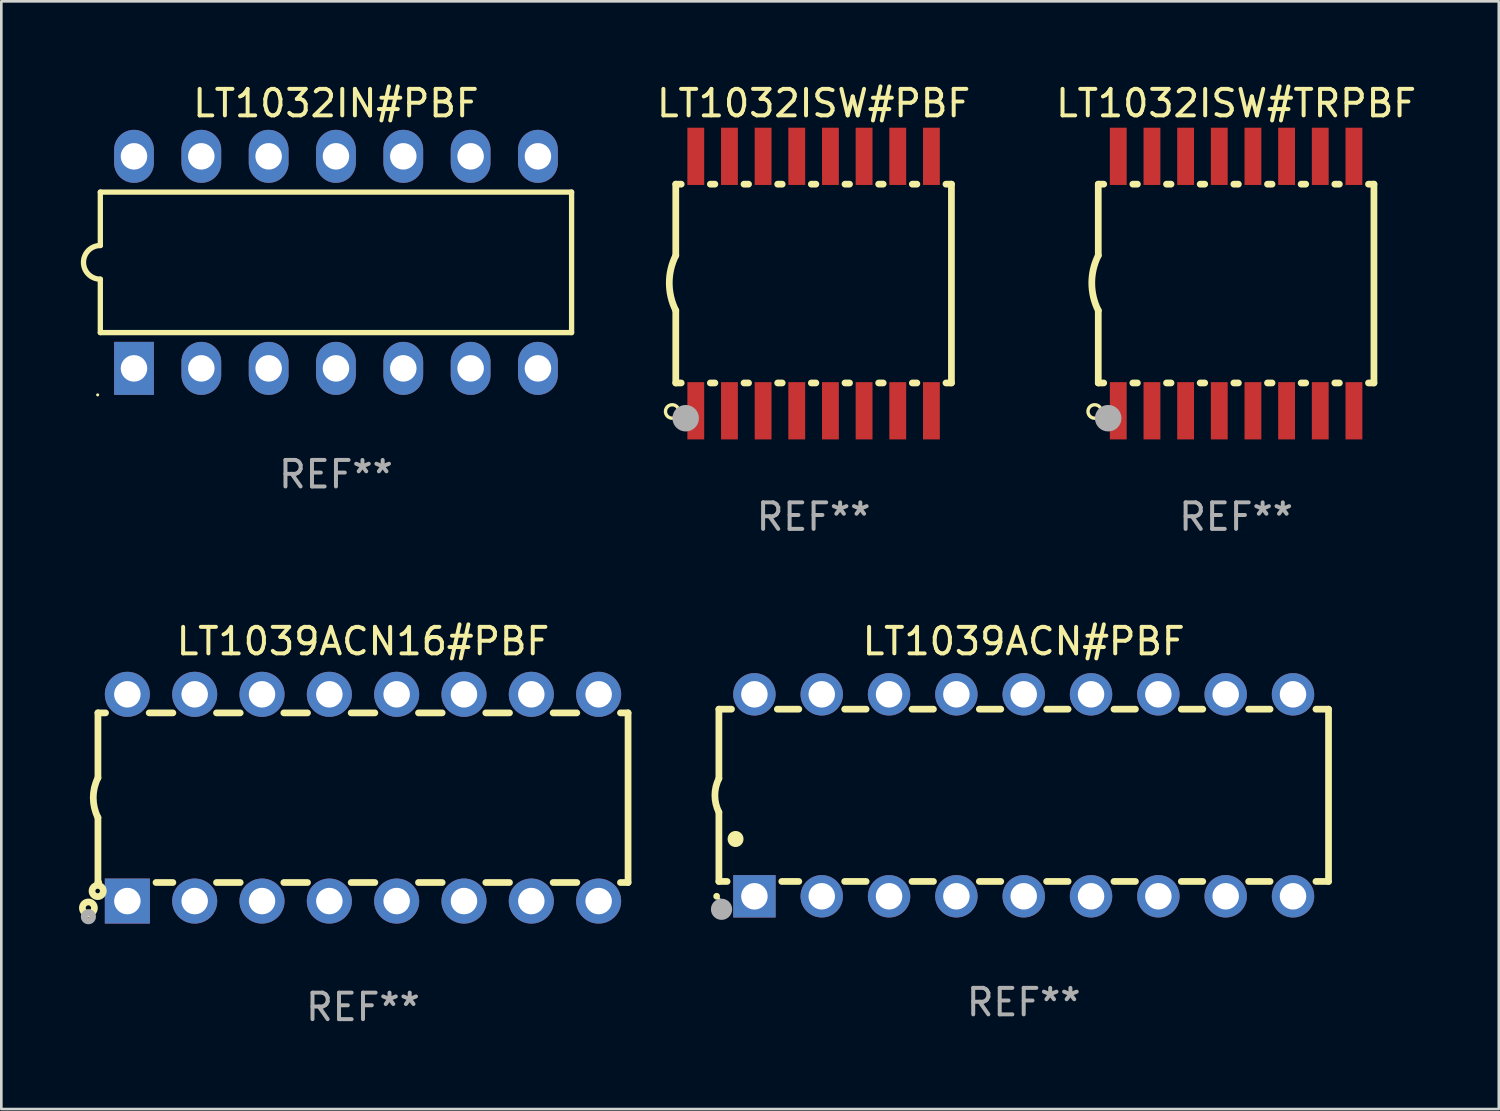
<source format=kicad_pcb>
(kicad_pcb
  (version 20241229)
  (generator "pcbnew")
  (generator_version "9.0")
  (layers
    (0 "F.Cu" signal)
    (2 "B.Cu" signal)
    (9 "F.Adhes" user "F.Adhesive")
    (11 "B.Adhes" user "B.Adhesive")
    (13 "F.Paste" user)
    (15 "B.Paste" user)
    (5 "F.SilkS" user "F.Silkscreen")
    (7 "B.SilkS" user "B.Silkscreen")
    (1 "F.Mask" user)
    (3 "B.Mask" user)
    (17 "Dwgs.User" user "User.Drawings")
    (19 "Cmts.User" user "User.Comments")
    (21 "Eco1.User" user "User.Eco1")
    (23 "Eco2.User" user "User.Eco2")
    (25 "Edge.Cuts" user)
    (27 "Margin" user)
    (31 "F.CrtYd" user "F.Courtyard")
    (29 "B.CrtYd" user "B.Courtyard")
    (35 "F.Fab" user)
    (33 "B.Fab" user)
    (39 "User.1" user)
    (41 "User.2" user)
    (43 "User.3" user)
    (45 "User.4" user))
  (footprint "LT1032IN#PBF"
    (layer "F.Cu")
    (at 9.625 6.848)
    (property "Reference" "LT1032IN#PBF" (at 0 -6 0) (layer "F.SilkS") (effects (font (size 1 1) (thickness 0.15))))
    (attr through_hole)
    (fp_line (start -8.89 -2.65) (end -8.89 -0.635) (stroke (width 0.2) (type solid)) (layer "F.SilkS"))
    (fp_line (start -8.89 0.635) (end -8.89 2.65) (stroke (width 0.2) (type solid)) (layer "F.SilkS"))
    (fp_line (start -8.89 2.65) (end 8.89 2.65) (stroke (width 0.2) (type solid)) (layer "F.SilkS"))
    (fp_line (start 8.89 -2.65) (end -8.89 -2.65) (stroke (width 0.2) (type solid)) (layer "F.SilkS"))
    (fp_line (start 8.89 2.65) (end 8.89 -2.65) (stroke (width 0.2) (type solid)) (layer "F.SilkS"))
    (fp_arc (start -8.890018 0.635001) (mid -9.525019 0) (end -8.890018 -0.635001) (stroke (width 0.2) (type solid)) (layer "F.SilkS"))
    (fp_circle (center -8.99 5) (end -8.96 5) (stroke (width 0.06) (type solid)) (fill no) (layer "F.SilkS"))
    (fp_text user "REF**" (at 0 8 0) (layer "F.Fab") (effects (font (size 1 1) (thickness 0.15))))
    (pad "1" thru_hole rect (at -7.62 4 90) (size 2 1.5) (drill 1) (layers "*.Cu" "*.Mask"))
    (pad "2" thru_hole oval (at -5.08 4 90) (size 2 1.5) (drill 1) (layers "*.Cu" "*.Mask"))
    (pad "3" thru_hole oval (at -2.54 4 90) (size 2 1.5) (drill 1) (layers "*.Cu" "*.Mask"))
    (pad "4" thru_hole oval (at 0 4 90) (size 2 1.5) (drill 1) (layers "*.Cu" "*.Mask"))
    (pad "5" thru_hole oval (at 2.54 4 90) (size 2 1.5) (drill 1) (layers "*.Cu" "*.Mask"))
    (pad "6" thru_hole oval (at 5.08 4 90) (size 2 1.5) (drill 1) (layers "*.Cu" "*.Mask"))
    (pad "7" thru_hole oval (at 7.62 4 90) (size 2 1.5) (drill 1) (layers "*.Cu" "*.Mask"))
    (pad "8" thru_hole oval (at 7.62 -4 90) (size 2 1.5) (drill 1) (layers "*.Cu" "*.Mask"))
    (pad "9" thru_hole oval (at 5.08 -4 90) (size 2 1.5) (drill 1) (layers "*.Cu" "*.Mask"))
    (pad "10" thru_hole oval (at 2.54 -4 90) (size 2 1.5) (drill 1) (layers "*.Cu" "*.Mask"))
    (pad "11" thru_hole oval (at 0 -4 90) (size 2 1.5) (drill 1) (layers "*.Cu" "*.Mask"))
    (pad "12" thru_hole oval (at -2.54 -4 90) (size 2 1.5) (drill 1) (layers "*.Cu" "*.Mask"))
    (pad "13" thru_hole oval (at -5.08 -4 90) (size 2 1.5) (drill 1) (layers "*.Cu" "*.Mask"))
    (pad "14" thru_hole oval (at -7.62 -4 90) (size 2 1.5) (drill 1) (layers "*.Cu" "*.Mask")))
  (footprint "LT1039ACN16#PBF"
    (layer "F.Cu")
    (at 10.645 27.045)
    (property "Reference" "LT1039ACN16#PBF" (at 0 -5.9 0) (layer "F.SilkS") (effects (font (size 1 1) (thickness 0.15))))
    (attr through_hole)
    (fp_line (start -10 -3.2) (end -10 -0.75) (stroke (width 0.254) (type solid)) (layer "F.SilkS"))
    (fp_line (start -10 -3.2) (end -9.713 -3.2) (stroke (width 0.254) (type solid)) (layer "F.SilkS"))
    (fp_line (start -10 3.2) (end -10 0.75) (stroke (width 0.254) (type solid)) (layer "F.SilkS"))
    (fp_line (start -10 3.2) (end -9.971 3.2) (stroke (width 0.254) (type solid)) (layer "F.SilkS"))
    (fp_line (start -8.067 -3.2) (end -7.173 -3.2) (stroke (width 0.254) (type solid)) (layer "F.SilkS"))
    (fp_line (start -7.809 3.2) (end -7.173 3.2) (stroke (width 0.254) (type solid)) (layer "F.SilkS"))
    (fp_line (start -5.527 3.2) (end -4.633 3.2) (stroke (width 0.254) (type solid)) (layer "F.SilkS"))
    (fp_line (start -5.527 -3.2) (end -4.633 -3.2) (stroke (width 0.254) (type solid)) (layer "F.SilkS"))
    (fp_line (start -2.987 3.2) (end -2.093 3.2) (stroke (width 0.254) (type solid)) (layer "F.SilkS"))
    (fp_line (start -2.987 -3.2) (end -2.093 -3.2) (stroke (width 0.254) (type solid)) (layer "F.SilkS"))
    (fp_line (start -0.447 3.2) (end 0.447 3.2) (stroke (width 0.254) (type solid)) (layer "F.SilkS"))
    (fp_line (start -0.447 -3.2) (end 0.447 -3.2) (stroke (width 0.254) (type solid)) (layer "F.SilkS"))
    (fp_line (start 2.093 3.2) (end 2.987 3.2) (stroke (width 0.254) (type solid)) (layer "F.SilkS"))
    (fp_line (start 2.093 -3.2) (end 2.987 -3.2) (stroke (width 0.254) (type solid)) (layer "F.SilkS"))
    (fp_line (start 4.633 3.2) (end 5.527 3.2) (stroke (width 0.254) (type solid)) (layer "F.SilkS"))
    (fp_line (start 4.633 -3.2) (end 5.527 -3.2) (stroke (width 0.254) (type solid)) (layer "F.SilkS"))
    (fp_line (start 7.173 3.2) (end 8.067 3.2) (stroke (width 0.254) (type solid)) (layer "F.SilkS"))
    (fp_line (start 7.173 -3.2) (end 8.067 -3.2) (stroke (width 0.254) (type solid)) (layer "F.SilkS"))
    (fp_line (start 9.713 3.2) (end 10 3.2) (stroke (width 0.254) (type solid)) (layer "F.SilkS"))
    (fp_line (start 9.713 -3.2) (end 10 -3.2) (stroke (width 0.254) (type solid)) (layer "F.SilkS"))
    (fp_line (start 10 -3.2) (end 10 3.2) (stroke (width 0.254) (type solid)) (layer "F.SilkS"))
    (fp_arc (start -10 0.748793) (mid -10.176918 -0.000607) (end -10.000025 -0.750013) (stroke (width 0.254001) (type solid)) (layer "F.SilkS"))
    (fp_circle (center -10.36 4.16) (end -10.26 4.16) (stroke (width 0.254) (type solid)) (fill no) (layer "F.SilkS"))
    (fp_circle (center -10.01 3.52) (end -9.924 3.52) (stroke (width 0.254) (type solid)) (fill no) (layer "F.SilkS"))
    (fp_circle (center -10.36 4.49) (end -10.202 4.49) (stroke (width 0.254) (type solid)) (fill no) (layer "F.Fab"))
    (fp_text user "REF**" (at 0 7.9 0) (layer "F.Fab") (effects (font (size 1 1) (thickness 0.15))))
    (pad "1" thru_hole rect (at -8.89 3.9 90) (size 1.7 1.7) (drill 1) (layers "*.Cu" "*.Mask"))
    (pad "2" thru_hole circle (at -6.35 3.9) (size 1.7 1.7) (drill 1) (layers "*.Cu" "*.Mask"))
    (pad "3" thru_hole circle (at -3.81 3.9) (size 1.7 1.7) (drill 1) (layers "*.Cu" "*.Mask"))
    (pad "4" thru_hole circle (at -1.27 3.9) (size 1.7 1.7) (drill 1) (layers "*.Cu" "*.Mask"))
    (pad "5" thru_hole circle (at 1.27 3.9) (size 1.7 1.7) (drill 1) (layers "*.Cu" "*.Mask"))
    (pad "6" thru_hole circle (at 3.81 3.9) (size 1.7 1.7) (drill 1) (layers "*.Cu" "*.Mask"))
    (pad "7" thru_hole circle (at 6.35 3.9) (size 1.7 1.7) (drill 1) (layers "*.Cu" "*.Mask"))
    (pad "8" thru_hole circle (at 8.89 3.9) (size 1.7 1.7) (drill 1) (layers "*.Cu" "*.Mask"))
    (pad "9" thru_hole circle (at 8.89 -3.9) (size 1.7 1.7) (drill 1) (layers "*.Cu" "*.Mask"))
    (pad "10" thru_hole circle (at 6.35 -3.9) (size 1.7 1.7) (drill 1) (layers "*.Cu" "*.Mask"))
    (pad "11" thru_hole circle (at 3.81 -3.9) (size 1.7 1.7) (drill 1) (layers "*.Cu" "*.Mask"))
    (pad "12" thru_hole circle (at 1.27 -3.9) (size 1.7 1.7) (drill 1) (layers "*.Cu" "*.Mask"))
    (pad "13" thru_hole circle (at -1.27 -3.9) (size 1.7 1.7) (drill 1) (layers "*.Cu" "*.Mask"))
    (pad "14" thru_hole circle (at -3.81 -3.9) (size 1.7 1.7) (drill 1) (layers "*.Cu" "*.Mask"))
    (pad "15" thru_hole circle (at -6.35 -3.9) (size 1.7 1.7) (drill 1) (layers "*.Cu" "*.Mask"))
    (pad "16" thru_hole circle (at -8.89 -3.9) (size 1.7 1.7) (drill 1) (layers "*.Cu" "*.Mask")))
  (footprint "LT1032ISW#TRPBF"
    (layer "F.Cu")
    (at 43.585 7.648)
    (property "Reference" "LT1032ISW#TRPBF" (at 0 -6.8 0) (layer "F.SilkS") (effects (font (size 1 1) (thickness 0.15))))
    (attr through_hole)
    (fp_line (start -5.2 -3.75) (end -5.2 -1.06) (stroke (width 0.254) (type solid)) (layer "F.SilkS"))
    (fp_line (start -5.2 -3.75) (end -4.994 -3.75) (stroke (width 0.254) (type solid)) (layer "F.SilkS"))
    (fp_line (start -5.2 3.75) (end -5.2 1.016) (stroke (width 0.254) (type solid)) (layer "F.SilkS"))
    (fp_line (start -5.2 3.75) (end -4.994 3.75) (stroke (width 0.254) (type solid)) (layer "F.SilkS"))
    (fp_line (start -3.896 -3.75) (end -3.724 -3.75) (stroke (width 0.254) (type solid)) (layer "F.SilkS"))
    (fp_line (start -3.896 3.75) (end -3.724 3.75) (stroke (width 0.254) (type solid)) (layer "F.SilkS"))
    (fp_line (start -2.626 -3.75) (end -2.454 -3.75) (stroke (width 0.254) (type solid)) (layer "F.SilkS"))
    (fp_line (start -2.626 3.75) (end -2.454 3.75) (stroke (width 0.254) (type solid)) (layer "F.SilkS"))
    (fp_line (start -1.356 -3.75) (end -1.184 -3.75) (stroke (width 0.254) (type solid)) (layer "F.SilkS"))
    (fp_line (start -1.356 3.75) (end -1.184 3.75) (stroke (width 0.254) (type solid)) (layer "F.SilkS"))
    (fp_line (start -0.086 -3.75) (end 0.086 -3.75) (stroke (width 0.254) (type solid)) (layer "F.SilkS"))
    (fp_line (start -0.086 3.75) (end 0.086 3.75) (stroke (width 0.254) (type solid)) (layer "F.SilkS"))
    (fp_line (start 1.184 -3.75) (end 1.356 -3.75) (stroke (width 0.254) (type solid)) (layer "F.SilkS"))
    (fp_line (start 1.184 3.75) (end 1.356 3.75) (stroke (width 0.254) (type solid)) (layer "F.SilkS"))
    (fp_line (start 2.454 -3.75) (end 2.626 -3.75) (stroke (width 0.254) (type solid)) (layer "F.SilkS"))
    (fp_line (start 2.454 3.75) (end 2.626 3.75) (stroke (width 0.254) (type solid)) (layer "F.SilkS"))
    (fp_line (start 3.724 -3.75) (end 3.896 -3.75) (stroke (width 0.254) (type solid)) (layer "F.SilkS"))
    (fp_line (start 3.724 3.75) (end 3.896 3.75) (stroke (width 0.254) (type solid)) (layer "F.SilkS"))
    (fp_line (start 4.994 -3.75) (end 5.2 -3.75) (stroke (width 0.254) (type solid)) (layer "F.SilkS"))
    (fp_line (start 4.994 3.75) (end 5.2 3.75) (stroke (width 0.254) (type solid)) (layer "F.SilkS"))
    (fp_line (start 5.2 3.75) (end 5.2 -3.75) (stroke (width 0.254) (type solid)) (layer "F.SilkS"))
    (fp_arc (start -5.199391 1.016002) (mid -5.444637 -0.021925) (end -5.2 -1.059995) (stroke (width 0.254001) (type solid)) (layer "F.SilkS"))
    (fp_circle (center -5.334 4.826) (end -5.08 4.826) (stroke (width 0.127) (type solid)) (fill no) (layer "F.SilkS"))
    (fp_circle (center -5.15 5.15) (end -5.12 5.15) (stroke (width 0.06) (type solid)) (fill no) (layer "F.SilkS"))
    (fp_circle (center -4.826 5.08) (end -4.576 5.08) (stroke (width 0.5) (type solid)) (fill no) (layer "F.Fab"))
    (fp_text user "REF**" (at 0 8.8 0) (layer "F.Fab") (effects (font (size 1 1) (thickness 0.15))))
    (pad "1" smd rect (at -4.445 4.8) (size 0.635 2.16) (layers "F.Cu" "F.Mask" "F.Paste"))
    (pad "2" smd rect (at -3.175 4.8) (size 0.635 2.16) (layers "F.Cu" "F.Mask" "F.Paste"))
    (pad "3" smd rect (at -1.905 4.8) (size 0.635 2.16) (layers "F.Cu" "F.Mask" "F.Paste"))
    (pad "4" smd rect (at -0.635 4.8) (size 0.635 2.16) (layers "F.Cu" "F.Mask" "F.Paste"))
    (pad "5" smd rect (at 0.635 4.8) (size 0.635 2.16) (layers "F.Cu" "F.Mask" "F.Paste"))
    (pad "6" smd rect (at 1.905 4.8) (size 0.635 2.16) (layers "F.Cu" "F.Mask" "F.Paste"))
    (pad "7" smd rect (at 3.175 4.8) (size 0.635 2.16) (layers "F.Cu" "F.Mask" "F.Paste"))
    (pad "8" smd rect (at 4.445 4.8) (size 0.635 2.16) (layers "F.Cu" "F.Mask" "F.Paste"))
    (pad "9" smd rect (at 4.445 -4.8) (size 0.635 2.16) (layers "F.Cu" "F.Mask" "F.Paste"))
    (pad "10" smd rect (at 3.175 -4.8) (size 0.635 2.16) (layers "F.Cu" "F.Mask" "F.Paste"))
    (pad "11" smd rect (at 1.905 -4.8) (size 0.635 2.16) (layers "F.Cu" "F.Mask" "F.Paste"))
    (pad "12" smd rect (at 0.635 -4.8) (size 0.635 2.16) (layers "F.Cu" "F.Mask" "F.Paste"))
    (pad "13" smd rect (at -0.635 -4.8) (size 0.635 2.16) (layers "F.Cu" "F.Mask" "F.Paste"))
    (pad "14" smd rect (at -1.905 -4.8) (size 0.635 2.16) (layers "F.Cu" "F.Mask" "F.Paste"))
    (pad "15" smd rect (at -3.175 -4.8) (size 0.635 2.16) (layers "F.Cu" "F.Mask" "F.Paste"))
    (pad "16" smd rect (at -4.445 -4.8) (size 0.635 2.16) (layers "F.Cu" "F.Mask" "F.Paste")))
  (footprint "LT1039ACN#PBF"
    (layer "F.Cu")
    (at 35.572 26.955)
    (property "Reference" "LT1039ACN#PBF" (at 0 -5.81 0) (layer "F.SilkS") (effects (font (size 1 1) (thickness 0.15))))
    (attr through_hole)
    (fp_line (start -11.5 -3.25) (end -11.5 -0.635) (stroke (width 0.254) (type solid)) (layer "F.SilkS"))
    (fp_line (start -11.5 3.25) (end -11.5 0.635) (stroke (width 0.254) (type solid)) (layer "F.SilkS"))
    (fp_line (start -11.5 3.25) (end -11.191 3.25) (stroke (width 0.254) (type solid)) (layer "F.SilkS"))
    (fp_line (start -11.025 -3.25) (end -11.5 -3.25) (stroke (width 0.254) (type solid)) (layer "F.SilkS"))
    (fp_line (start -9.129 3.25) (end -8.485 3.25) (stroke (width 0.254) (type solid)) (layer "F.SilkS"))
    (fp_line (start -8.485 -3.25) (end -9.295 -3.25) (stroke (width 0.254) (type solid)) (layer "F.SilkS"))
    (fp_line (start -6.755 3.25) (end -5.945 3.25) (stroke (width 0.254) (type solid)) (layer "F.SilkS"))
    (fp_line (start -5.945 -3.25) (end -6.755 -3.25) (stroke (width 0.254) (type solid)) (layer "F.SilkS"))
    (fp_line (start -4.215 3.25) (end -3.405 3.25) (stroke (width 0.254) (type solid)) (layer "F.SilkS"))
    (fp_line (start -3.405 -3.25) (end -4.215 -3.25) (stroke (width 0.254) (type solid)) (layer "F.SilkS"))
    (fp_line (start -1.675 3.25) (end -0.865 3.25) (stroke (width 0.254) (type solid)) (layer "F.SilkS"))
    (fp_line (start -0.865 -3.25) (end -1.675 -3.25) (stroke (width 0.254) (type solid)) (layer "F.SilkS"))
    (fp_line (start 0.865 3.25) (end 1.675 3.25) (stroke (width 0.254) (type solid)) (layer "F.SilkS"))
    (fp_line (start 1.675 -3.25) (end 0.865 -3.25) (stroke (width 0.254) (type solid)) (layer "F.SilkS"))
    (fp_line (start 3.405 3.25) (end 4.215 3.25) (stroke (width 0.254) (type solid)) (layer "F.SilkS"))
    (fp_line (start 4.215 -3.25) (end 3.405 -3.25) (stroke (width 0.254) (type solid)) (layer "F.SilkS"))
    (fp_line (start 5.945 3.25) (end 6.755 3.25) (stroke (width 0.254) (type solid)) (layer "F.SilkS"))
    (fp_line (start 6.755 -3.25) (end 5.945 -3.25) (stroke (width 0.254) (type solid)) (layer "F.SilkS"))
    (fp_line (start 8.485 3.25) (end 9.295 3.25) (stroke (width 0.254) (type solid)) (layer "F.SilkS"))
    (fp_line (start 9.295 -3.25) (end 8.485 -3.25) (stroke (width 0.254) (type solid)) (layer "F.SilkS"))
    (fp_line (start 11.025 3.25) (end 11.5 3.25) (stroke (width 0.254) (type solid)) (layer "F.SilkS"))
    (fp_line (start 11.5 -3.25) (end 11.025 -3.25) (stroke (width 0.254) (type solid)) (layer "F.SilkS"))
    (fp_line (start 11.5 -3.25) (end 11.5 3.25) (stroke (width 0.254) (type solid)) (layer "F.SilkS"))
    (fp_arc (start -11.584963 3.810008) (mid -11.58497 3.808738) (end -11.584963 3.807468) (stroke (width 0.25) (type solid)) (layer "F.SilkS"))
    (fp_arc (start -11.501143 0.635001) (mid -11.650665 -0.000132) (end -11.500025 -0.635001) (stroke (width 0.254001) (type solid)) (layer "F.SilkS"))
    (fp_arc (start -10.871222 1.651003) (mid -10.871233 1.648463) (end -10.871222 1.645923) (stroke (width 0.6) (type solid)) (layer "F.SilkS"))
    (fp_circle (center -11.5 3.91) (end -11.47 3.91) (stroke (width 0.06) (type solid)) (fill no) (layer "F.SilkS"))
    (fp_circle (center -11.4 4.3) (end -11.2 4.3) (stroke (width 0.4) (type solid)) (fill no) (layer "F.Fab"))
    (fp_text user "REF**" (at 0 7.81 0) (layer "F.Fab") (effects (font (size 1 1) (thickness 0.15))))
    (pad "1" thru_hole rect (at -10.16 3.81 90) (size 1.6 1.6) (drill 1) (layers "*.Cu" "*.Mask"))
    (pad "2" thru_hole circle (at -7.62 3.81 90) (size 1.6 1.6) (drill 1) (layers "*.Cu" "*.Mask"))
    (pad "3" thru_hole circle (at -5.08 3.81 90) (size 1.6 1.6) (drill 1) (layers "*.Cu" "*.Mask"))
    (pad "4" thru_hole circle (at -2.54 3.81 90) (size 1.6 1.6) (drill 1) (layers "*.Cu" "*.Mask"))
    (pad "5" thru_hole circle (at 0 3.81 90) (size 1.6 1.6) (drill 1) (layers "*.Cu" "*.Mask"))
    (pad "6" thru_hole circle (at 2.54 3.81 90) (size 1.6 1.6) (drill 1) (layers "*.Cu" "*.Mask"))
    (pad "7" thru_hole circle (at 5.08 3.81 90) (size 1.6 1.6) (drill 1) (layers "*.Cu" "*.Mask"))
    (pad "8" thru_hole circle (at 7.62 3.81 90) (size 1.6 1.6) (drill 1) (layers "*.Cu" "*.Mask"))
    (pad "9" thru_hole circle (at 10.16 3.81 90) (size 1.6 1.6) (drill 1) (layers "*.Cu" "*.Mask"))
    (pad "10" thru_hole circle (at 10.16 -3.81 90) (size 1.6 1.6) (drill 1) (layers "*.Cu" "*.Mask"))
    (pad "11" thru_hole circle (at 7.62 -3.81 90) (size 1.6 1.6) (drill 1) (layers "*.Cu" "*.Mask"))
    (pad "12" thru_hole circle (at 5.08 -3.81 90) (size 1.6 1.6) (drill 1) (layers "*.Cu" "*.Mask"))
    (pad "13" thru_hole circle (at 2.54 -3.81 90) (size 1.6 1.6) (drill 1) (layers "*.Cu" "*.Mask"))
    (pad "14" thru_hole circle (at 0 -3.81 90) (size 1.6 1.6) (drill 1) (layers "*.Cu" "*.Mask"))
    (pad "15" thru_hole circle (at -2.54 -3.81 90) (size 1.6 1.6) (drill 1) (layers "*.Cu" "*.Mask"))
    (pad "16" thru_hole circle (at -5.08 -3.81 90) (size 1.6 1.6) (drill 1) (layers "*.Cu" "*.Mask"))
    (pad "17" thru_hole circle (at -7.62 -3.81 90) (size 1.6 1.6) (drill 1) (layers "*.Cu" "*.Mask"))
    (pad "18" thru_hole circle (at -10.16 -3.81 90) (size 1.6 1.6) (drill 1) (layers "*.Cu" "*.Mask")))
  (footprint "LT1032ISW#PBF"
    (layer "F.Cu")
    (at 27.645 7.648)
    (property "Reference" "LT1032ISW#PBF" (at 0 -6.8 0) (layer "F.SilkS") (effects (font (size 1 1) (thickness 0.15))))
    (attr through_hole)
    (fp_line (start -5.2 -3.75) (end -5.2 -1.06) (stroke (width 0.254) (type solid)) (layer "F.SilkS"))
    (fp_line (start -5.2 -3.75) (end -4.994 -3.75) (stroke (width 0.254) (type solid)) (layer "F.SilkS"))
    (fp_line (start -5.2 3.75) (end -5.2 1.016) (stroke (width 0.254) (type solid)) (layer "F.SilkS"))
    (fp_line (start -5.2 3.75) (end -4.994 3.75) (stroke (width 0.254) (type solid)) (layer "F.SilkS"))
    (fp_line (start -3.896 -3.75) (end -3.724 -3.75) (stroke (width 0.254) (type solid)) (layer "F.SilkS"))
    (fp_line (start -3.896 3.75) (end -3.724 3.75) (stroke (width 0.254) (type solid)) (layer "F.SilkS"))
    (fp_line (start -2.626 -3.75) (end -2.454 -3.75) (stroke (width 0.254) (type solid)) (layer "F.SilkS"))
    (fp_line (start -2.626 3.75) (end -2.454 3.75) (stroke (width 0.254) (type solid)) (layer "F.SilkS"))
    (fp_line (start -1.356 -3.75) (end -1.184 -3.75) (stroke (width 0.254) (type solid)) (layer "F.SilkS"))
    (fp_line (start -1.356 3.75) (end -1.184 3.75) (stroke (width 0.254) (type solid)) (layer "F.SilkS"))
    (fp_line (start -0.086 -3.75) (end 0.086 -3.75) (stroke (width 0.254) (type solid)) (layer "F.SilkS"))
    (fp_line (start -0.086 3.75) (end 0.086 3.75) (stroke (width 0.254) (type solid)) (layer "F.SilkS"))
    (fp_line (start 1.184 -3.75) (end 1.356 -3.75) (stroke (width 0.254) (type solid)) (layer "F.SilkS"))
    (fp_line (start 1.184 3.75) (end 1.356 3.75) (stroke (width 0.254) (type solid)) (layer "F.SilkS"))
    (fp_line (start 2.454 -3.75) (end 2.626 -3.75) (stroke (width 0.254) (type solid)) (layer "F.SilkS"))
    (fp_line (start 2.454 3.75) (end 2.626 3.75) (stroke (width 0.254) (type solid)) (layer "F.SilkS"))
    (fp_line (start 3.724 -3.75) (end 3.896 -3.75) (stroke (width 0.254) (type solid)) (layer "F.SilkS"))
    (fp_line (start 3.724 3.75) (end 3.896 3.75) (stroke (width 0.254) (type solid)) (layer "F.SilkS"))
    (fp_line (start 4.994 -3.75) (end 5.2 -3.75) (stroke (width 0.254) (type solid)) (layer "F.SilkS"))
    (fp_line (start 4.994 3.75) (end 5.2 3.75) (stroke (width 0.254) (type solid)) (layer "F.SilkS"))
    (fp_line (start 5.2 3.75) (end 5.2 -3.75) (stroke (width 0.254) (type solid)) (layer "F.SilkS"))
    (fp_arc (start -5.199391 1.016002) (mid -5.444637 -0.021925) (end -5.2 -1.059995) (stroke (width 0.254001) (type solid)) (layer "F.SilkS"))
    (fp_circle (center -5.334 4.826) (end -5.08 4.826) (stroke (width 0.127) (type solid)) (fill no) (layer "F.SilkS"))
    (fp_circle (center -5.15 5.15) (end -5.12 5.15) (stroke (width 0.06) (type solid)) (fill no) (layer "F.SilkS"))
    (fp_circle (center -4.826 5.08) (end -4.576 5.08) (stroke (width 0.5) (type solid)) (fill no) (layer "F.Fab"))
    (fp_text user "REF**" (at 0 8.8 0) (layer "F.Fab") (effects (font (size 1 1) (thickness 0.15))))
    (pad "1" smd rect (at -4.445 4.8) (size 0.635 2.16) (layers "F.Cu" "F.Mask" "F.Paste"))
    (pad "2" smd rect (at -3.175 4.8) (size 0.635 2.16) (layers "F.Cu" "F.Mask" "F.Paste"))
    (pad "3" smd rect (at -1.905 4.8) (size 0.635 2.16) (layers "F.Cu" "F.Mask" "F.Paste"))
    (pad "4" smd rect (at -0.635 4.8) (size 0.635 2.16) (layers "F.Cu" "F.Mask" "F.Paste"))
    (pad "5" smd rect (at 0.635 4.8) (size 0.635 2.16) (layers "F.Cu" "F.Mask" "F.Paste"))
    (pad "6" smd rect (at 1.905 4.8) (size 0.635 2.16) (layers "F.Cu" "F.Mask" "F.Paste"))
    (pad "7" smd rect (at 3.175 4.8) (size 0.635 2.16) (layers "F.Cu" "F.Mask" "F.Paste"))
    (pad "8" smd rect (at 4.445 4.8) (size 0.635 2.16) (layers "F.Cu" "F.Mask" "F.Paste"))
    (pad "9" smd rect (at 4.445 -4.8) (size 0.635 2.16) (layers "F.Cu" "F.Mask" "F.Paste"))
    (pad "10" smd rect (at 3.175 -4.8) (size 0.635 2.16) (layers "F.Cu" "F.Mask" "F.Paste"))
    (pad "11" smd rect (at 1.905 -4.8) (size 0.635 2.16) (layers "F.Cu" "F.Mask" "F.Paste"))
    (pad "12" smd rect (at 0.635 -4.8) (size 0.635 2.16) (layers "F.Cu" "F.Mask" "F.Paste"))
    (pad "13" smd rect (at -0.635 -4.8) (size 0.635 2.16) (layers "F.Cu" "F.Mask" "F.Paste"))
    (pad "14" smd rect (at -1.905 -4.8) (size 0.635 2.16) (layers "F.Cu" "F.Mask" "F.Paste"))
    (pad "15" smd rect (at -3.175 -4.8) (size 0.635 2.16) (layers "F.Cu" "F.Mask" "F.Paste"))
    (pad "16" smd rect (at -4.445 -4.8) (size 0.635 2.16) (layers "F.Cu" "F.Mask" "F.Paste")))
  (gr_rect
    (start -3 -3)
    (end 53.496 38.793)
    (stroke (width 0.1) (type default))
    (fill no)
    (layer "Edge.Cuts")))
</source>
